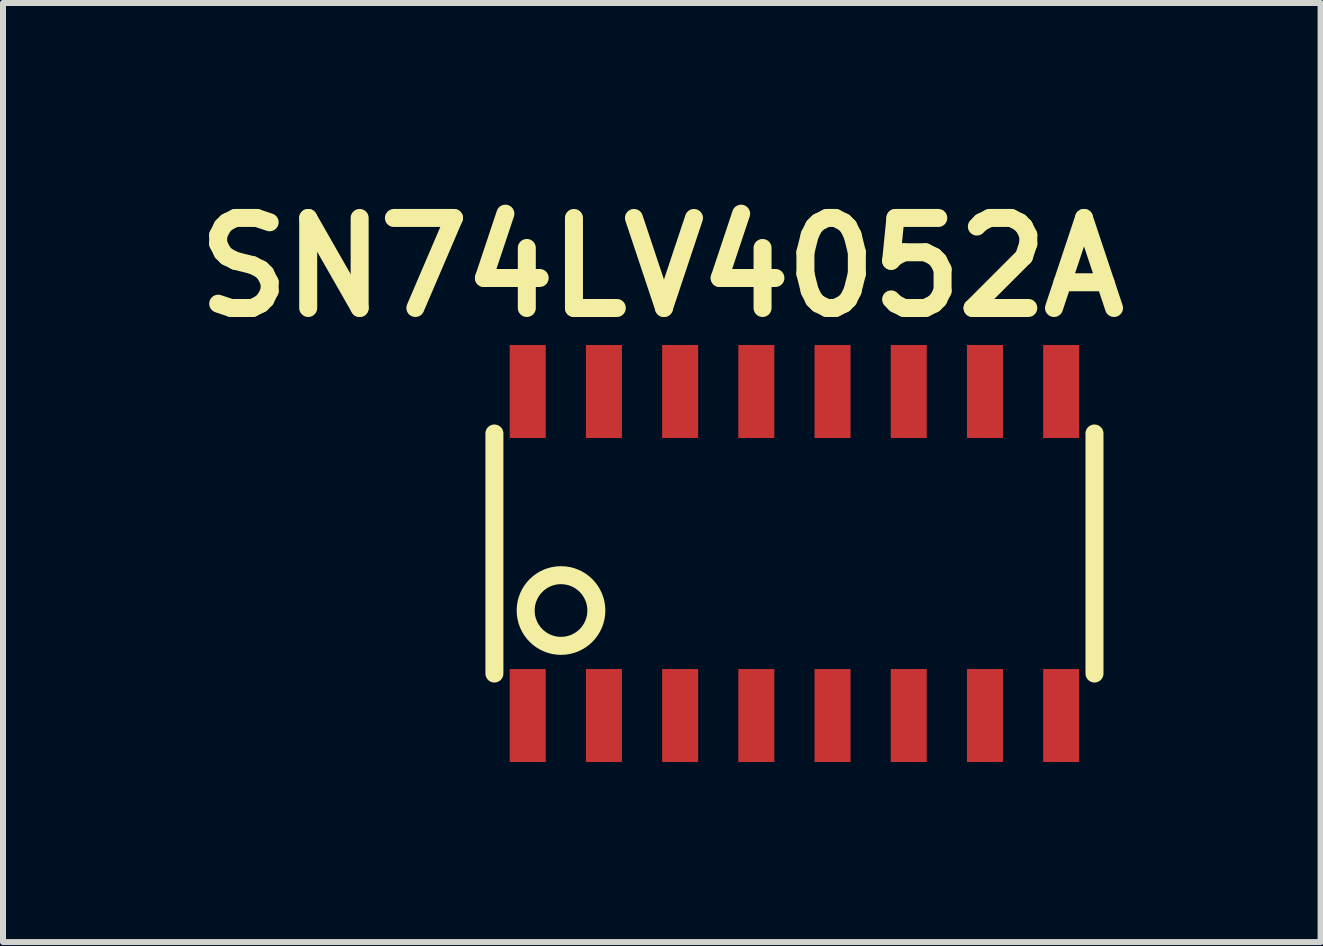
<source format=kicad_pcb>
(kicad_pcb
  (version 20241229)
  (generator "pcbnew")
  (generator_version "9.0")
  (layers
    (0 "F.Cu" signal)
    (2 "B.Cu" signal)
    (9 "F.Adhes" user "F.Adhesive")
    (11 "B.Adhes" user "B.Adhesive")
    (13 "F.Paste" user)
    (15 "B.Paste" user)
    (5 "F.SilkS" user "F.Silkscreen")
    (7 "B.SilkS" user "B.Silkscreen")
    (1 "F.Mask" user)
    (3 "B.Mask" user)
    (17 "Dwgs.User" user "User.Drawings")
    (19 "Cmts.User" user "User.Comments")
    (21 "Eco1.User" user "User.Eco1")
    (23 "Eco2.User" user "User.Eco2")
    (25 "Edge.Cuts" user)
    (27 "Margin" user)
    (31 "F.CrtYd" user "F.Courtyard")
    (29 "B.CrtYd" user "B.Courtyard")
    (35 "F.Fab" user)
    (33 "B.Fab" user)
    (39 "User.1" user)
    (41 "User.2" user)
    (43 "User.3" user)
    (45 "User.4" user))
  (footprint "SN74LV4052A"
    (layer "F.Cu")
    (at 10.189 6.174)
    (property "Reference" "SN74LV4052A" (at -2.21 -4.77 0) (layer "F.SilkS") (effects (font (size 1.5 1.5) (thickness 0.3))))
    (attr through_hole)
    (fp_line (start -5 -2) (end -5 2) (stroke (width 0.3) (type solid)) (layer "F.SilkS"))
    (fp_line (start 5 2) (end 5 -2) (stroke (width 0.3) (type solid)) (layer "F.SilkS"))
    (fp_circle (center -3.89 0.95) (end -3.44 1.33) (stroke (width 0.3) (type solid)) (fill no) (layer "F.SilkS"))
    (pad "1" smd rect (at -4.445 2.7) (size 0.6 1.55) (layers "F.Cu" "F.Mask" "F.Paste"))
    (pad "2" smd rect (at -3.175 2.7) (size 0.6 1.55) (layers "F.Cu" "F.Mask" "F.Paste"))
    (pad "3" smd rect (at -1.905 2.7) (size 0.6 1.55) (layers "F.Cu" "F.Mask" "F.Paste"))
    (pad "4" smd rect (at -0.635 2.7) (size 0.6 1.55) (layers "F.Cu" "F.Mask" "F.Paste"))
    (pad "5" smd rect (at 0.635 2.7) (size 0.6 1.55) (layers "F.Cu" "F.Mask" "F.Paste"))
    (pad "6" smd rect (at 1.905 2.7) (size 0.6 1.55) (layers "F.Cu" "F.Mask" "F.Paste"))
    (pad "7" smd rect (at 3.175 2.7) (size 0.6 1.55) (layers "F.Cu" "F.Mask" "F.Paste"))
    (pad "8" smd rect (at 4.445 2.7) (size 0.6 1.55) (layers "F.Cu" "F.Mask" "F.Paste"))
    (pad "9" smd rect (at 4.445 -2.7) (size 0.6 1.55) (layers "F.Cu" "F.Mask" "F.Paste"))
    (pad "10" smd rect (at 3.175 -2.7) (size 0.6 1.55) (layers "F.Cu" "F.Mask" "F.Paste"))
    (pad "11" smd rect (at 1.905 -2.7) (size 0.6 1.55) (layers "F.Cu" "F.Mask" "F.Paste"))
    (pad "12" smd rect (at 0.635 -2.7) (size 0.6 1.55) (layers "F.Cu" "F.Mask" "F.Paste"))
    (pad "13" smd rect (at -0.635 -2.7) (size 0.6 1.55) (layers "F.Cu" "F.Mask" "F.Paste"))
    (pad "14" smd rect (at -1.905 -2.7) (size 0.6 1.55) (layers "F.Cu" "F.Mask" "F.Paste"))
    (pad "15" smd rect (at -3.175 -2.7) (size 0.6 1.55) (layers "F.Cu" "F.Mask" "F.Paste"))
    (pad "16" smd rect (at -4.445 -2.7) (size 0.6 1.55) (layers "F.Cu" "F.Mask" "F.Paste")))
  (gr_rect
    (start -3 -3)
    (end 18.957 12.649)
    (stroke (width 0.1) (type default))
    (fill no)
    (layer "Edge.Cuts")))
</source>
